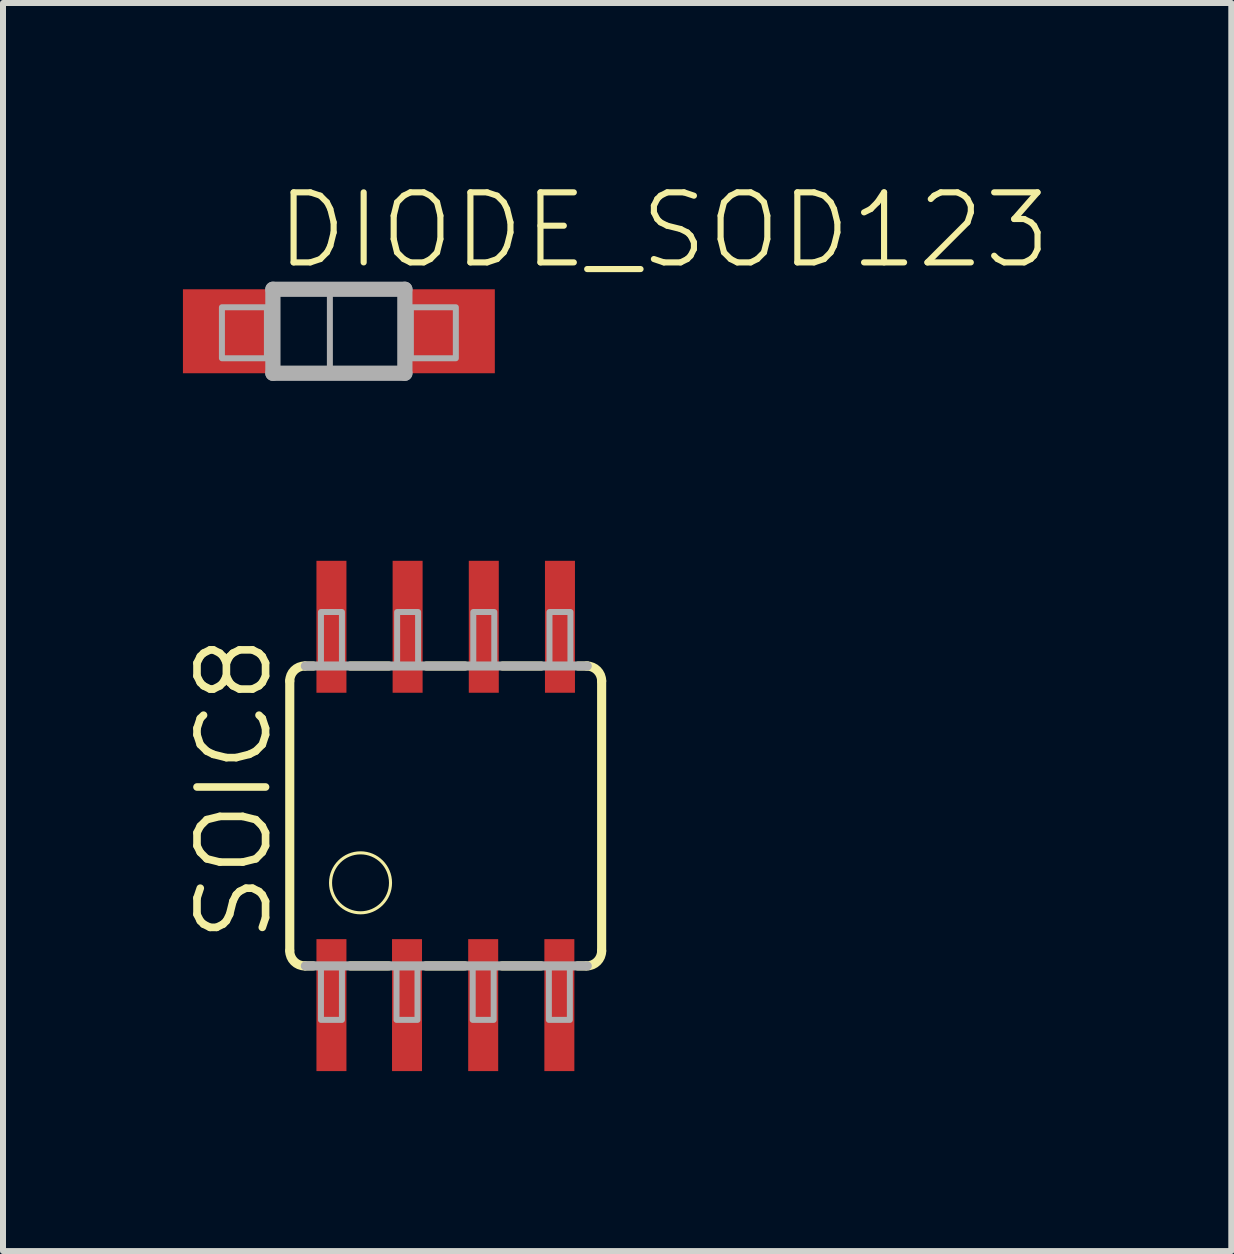
<source format=kicad_pcb>
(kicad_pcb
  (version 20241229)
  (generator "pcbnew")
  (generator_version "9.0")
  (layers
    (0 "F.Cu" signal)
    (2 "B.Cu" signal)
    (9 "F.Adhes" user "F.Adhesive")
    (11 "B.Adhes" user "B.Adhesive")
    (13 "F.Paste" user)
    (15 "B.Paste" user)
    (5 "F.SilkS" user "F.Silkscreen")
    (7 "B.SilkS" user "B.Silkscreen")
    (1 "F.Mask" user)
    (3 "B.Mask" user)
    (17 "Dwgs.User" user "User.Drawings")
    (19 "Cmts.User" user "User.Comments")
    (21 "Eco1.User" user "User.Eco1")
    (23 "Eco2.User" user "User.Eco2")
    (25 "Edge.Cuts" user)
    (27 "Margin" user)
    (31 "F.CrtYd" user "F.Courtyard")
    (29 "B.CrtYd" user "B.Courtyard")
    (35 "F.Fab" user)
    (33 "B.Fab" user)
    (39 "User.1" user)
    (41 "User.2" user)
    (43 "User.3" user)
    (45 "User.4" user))
  (footprint "DIODE_SOD123"
    (layer "F.Cu")
    (at 2.6 2.473)
    (property "Reference" "DIODE_SOD123" (at -1.1 -1 0) (unlocked yes) (layer "F.SilkS") (effects (font (size 1.168 1.168) (thickness 0.102)) (justify left bottom)))
    (fp_line (start -1.1 -0.7) (end 1.1 -0.7) (stroke (width 0.254) (type solid)) (layer "F.Fab"))
    (fp_line (start -1.1 0.7) (end -1.1 -0.7) (stroke (width 0.254) (type solid)) (layer "F.Fab"))
    (fp_line (start 1.1 -0.7) (end 1.1 0.7) (stroke (width 0.254) (type solid)) (layer "F.Fab"))
    (fp_line (start 1.1 0.7) (end -1.1 0.7) (stroke (width 0.254) (type solid)) (layer "F.Fab"))
    (fp_poly (pts (xy -1.95 0.45) (xy -1.2 0.45) (xy -1.2 -0.4) (xy -1.95 -0.4)) (stroke (width 0.1) (type default)) (fill no) (layer "F.Fab"))
    (fp_poly (pts (xy -1.05 0.65) (xy -0.15 0.65) (xy -0.15 -0.7) (xy -1.05 -0.7)) (stroke (width 0.1) (type default)) (fill no) (layer "F.Fab"))
    (fp_poly (pts (xy 1.2 0.45) (xy 1.95 0.45) (xy 1.95 -0.4) (xy 1.2 -0.4)) (stroke (width 0.1) (type default)) (fill no) (layer "F.Fab"))
    (pad "A" smd rect (at 1.9 0) (size 1.4 1.4) (layers "F.Cu" "F.Mask" "F.Paste"))
    (pad "C" smd rect (at -1.9 0) (size 1.4 1.4) (layers "F.Cu" "F.Mask" "F.Paste")))
  (footprint "SOIC8"
    (layer "F.Cu")
    (at 4.381 10.554)
    (property "Reference" "SOIC8" (at -2.857 2.159 90) (unlocked yes) (layer "F.SilkS") (effects (font (size 1.143 1.143) (thickness 0.127)) (justify left bottom)))
    (fp_line (start -2.6 -2.25) (end -2.6 2.24) (stroke (width 0.152) (type solid)) (layer "F.SilkS"))
    (fp_line (start -2.21 -2.5) (end -2.34 -2.5) (stroke (width 0.152) (type solid)) (layer "F.SilkS"))
    (fp_line (start -2.21 2.5) (end -2.34 2.5) (stroke (width 0.152) (type solid)) (layer "F.SilkS"))
    (fp_line (start -1.59 -2.5) (end -0.95 -2.5) (stroke (width 0.152) (type solid)) (layer "F.SilkS"))
    (fp_line (start -0.95 2.5) (end -1.59 2.5) (stroke (width 0.152) (type solid)) (layer "F.SilkS"))
    (fp_line (start -0.32 -2.5) (end 0.32 -2.5) (stroke (width 0.152) (type solid)) (layer "F.SilkS"))
    (fp_line (start 0.32 2.5) (end -0.33 2.5) (stroke (width 0.152) (type solid)) (layer "F.SilkS"))
    (fp_line (start 0.95 -2.5) (end 1.59 -2.5) (stroke (width 0.152) (type solid)) (layer "F.SilkS"))
    (fp_line (start 1.59 2.5) (end 0.94 2.5) (stroke (width 0.152) (type solid)) (layer "F.SilkS"))
    (fp_line (start 2.2 2.5) (end 2.33 2.5) (stroke (width 0.152) (type solid)) (layer "F.SilkS"))
    (fp_line (start 2.21 -2.5) (end 2.36 -2.5) (stroke (width 0.152) (type solid)) (layer "F.SilkS"))
    (fp_line (start 2.6 2.25) (end 2.6 -2.25) (stroke (width 0.152) (type solid)) (layer "F.SilkS"))
    (fp_arc (start -2.6 -2.25) (mid -2.526777 -2.426777) (end -2.35 -2.5) (stroke (width 0.1524) (type solid)) (layer "F.SilkS"))
    (fp_arc (start -2.35 2.5) (mid -2.526777 2.426777) (end -2.6 2.25) (stroke (width 0.1524) (type solid)) (layer "F.SilkS"))
    (fp_arc (start 2.35 -2.5) (mid 2.526777 -2.426777) (end 2.6 -2.25) (stroke (width 0.1524) (type solid)) (layer "F.SilkS"))
    (fp_arc (start 2.6 2.25) (mid 2.526777 2.426777) (end 2.35 2.5) (stroke (width 0.1524) (type solid)) (layer "F.SilkS"))
    (fp_circle (center -1.42 1.115) (end -0.92 1.115) (stroke (width 0.051) (type solid)) (fill no) (layer "F.SilkS"))
    (fp_line (start -2.34 -2.5) (end 2.36 -2.5) (stroke (width 0.152) (type solid)) (layer "F.Fab"))
    (fp_line (start 2.36 2.5) (end -2.34 2.5) (stroke (width 0.152) (type solid)) (layer "F.Fab"))
    (fp_poly (pts (xy -2.08 -2.5) (xy -1.73 -2.5) (xy -1.73 -3.4) (xy -2.08 -3.4)) (stroke (width 0.1) (type default)) (fill no) (layer "F.Fab"))
    (fp_poly (pts (xy -2.08 3.4) (xy -1.73 3.4) (xy -1.73 2.5) (xy -2.08 2.5)) (stroke (width 0.1) (type default)) (fill no) (layer "F.Fab"))
    (fp_poly (pts (xy -0.82 3.4) (xy -0.47 3.4) (xy -0.47 2.5) (xy -0.82 2.5)) (stroke (width 0.1) (type default)) (fill no) (layer "F.Fab"))
    (fp_poly (pts (xy -0.81 -2.5) (xy -0.46 -2.5) (xy -0.46 -3.4) (xy -0.81 -3.4)) (stroke (width 0.1) (type default)) (fill no) (layer "F.Fab"))
    (fp_poly (pts (xy 0.45 3.4) (xy 0.8 3.4) (xy 0.8 2.5) (xy 0.45 2.5)) (stroke (width 0.1) (type default)) (fill no) (layer "F.Fab"))
    (fp_poly (pts (xy 0.46 -2.5) (xy 0.81 -2.5) (xy 0.81 -3.4) (xy 0.46 -3.4)) (stroke (width 0.1) (type default)) (fill no) (layer "F.Fab"))
    (fp_poly (pts (xy 1.72 3.4) (xy 2.07 3.4) (xy 2.07 2.5) (xy 1.72 2.5)) (stroke (width 0.1) (type default)) (fill no) (layer "F.Fab"))
    (fp_poly (pts (xy 1.73 -2.5) (xy 2.08 -2.5) (xy 2.08 -3.4) (xy 1.73 -3.4)) (stroke (width 0.1) (type default)) (fill no) (layer "F.Fab"))
    (pad "1" smd rect (at -1.905 3.154) (size 0.5 2.2) (layers "F.Cu" "F.Mask" "F.Paste"))
    (pad "2" smd rect (at -0.645 3.154) (size 0.5 2.2) (layers "F.Cu" "F.Mask" "F.Paste"))
    (pad "3" smd rect (at 0.625 3.154) (size 0.5 2.2) (layers "F.Cu" "F.Mask" "F.Paste"))
    (pad "4" smd rect (at 1.895 3.154) (size 0.5 2.2) (layers "F.Cu" "F.Mask" "F.Paste"))
    (pad "5" smd rect (at 1.905 -3.154) (size 0.5 2.2) (layers "F.Cu" "F.Mask" "F.Paste"))
    (pad "6" smd rect (at 0.635 -3.154) (size 0.5 2.2) (layers "F.Cu" "F.Mask" "F.Paste"))
    (pad "7" smd rect (at -0.635 -3.154) (size 0.5 2.2) (layers "F.Cu" "F.Mask" "F.Paste"))
    (pad "8" smd rect (at -1.905 -3.154) (size 0.5 2.2) (layers "F.Cu" "F.Mask" "F.Paste")))
  (gr_rect
    (start -3 -3)
    (end 17.479 17.808)
    (stroke (width 0.1) (type default))
    (fill no)
    (layer "Edge.Cuts")))
</source>
